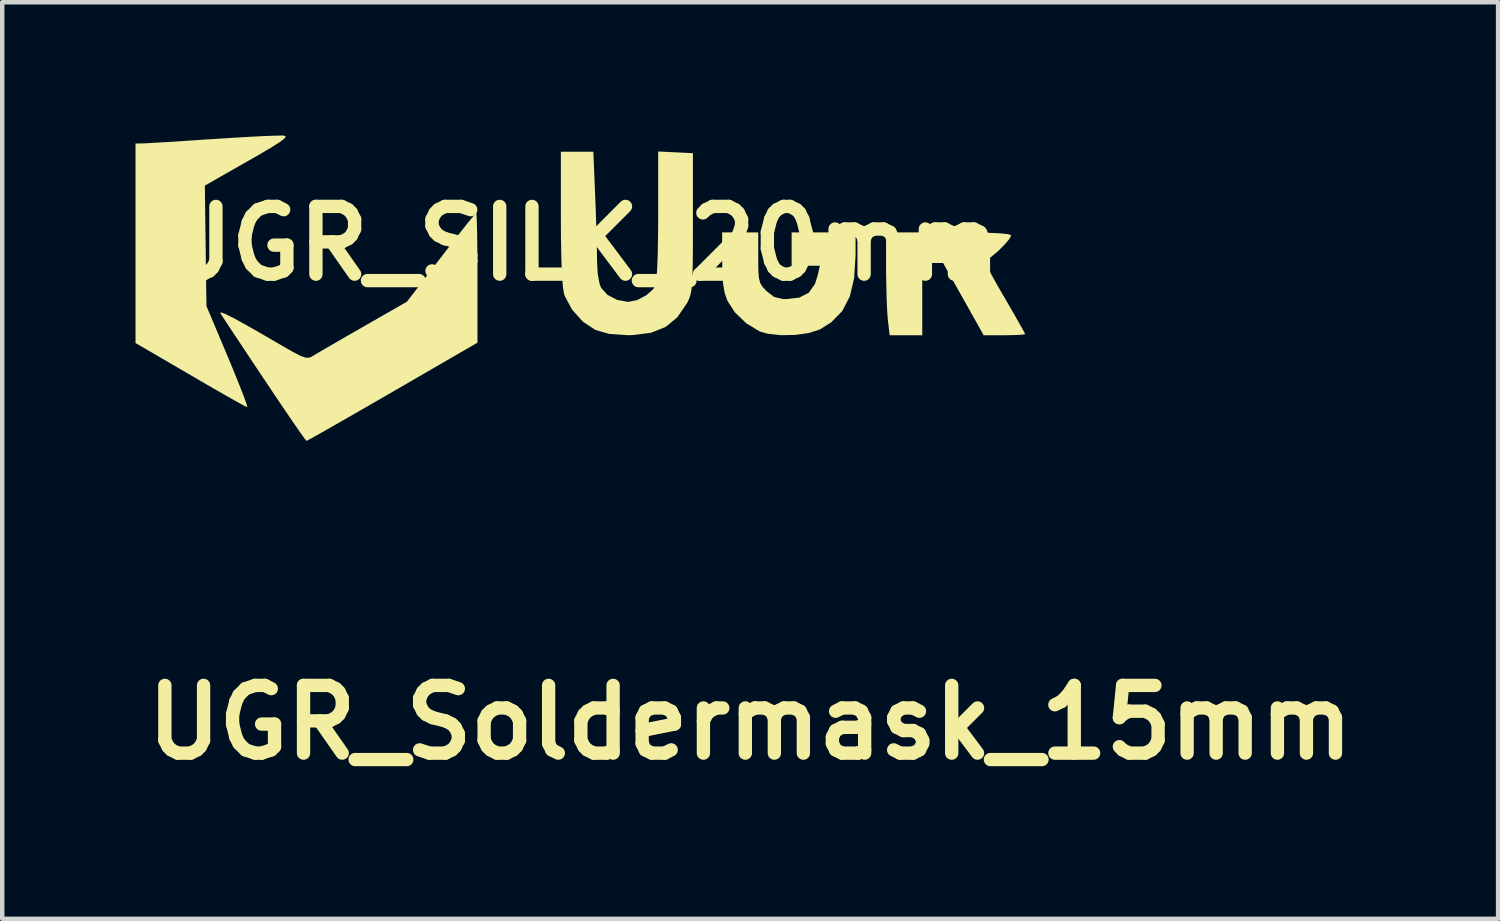
<source format=kicad_pcb>
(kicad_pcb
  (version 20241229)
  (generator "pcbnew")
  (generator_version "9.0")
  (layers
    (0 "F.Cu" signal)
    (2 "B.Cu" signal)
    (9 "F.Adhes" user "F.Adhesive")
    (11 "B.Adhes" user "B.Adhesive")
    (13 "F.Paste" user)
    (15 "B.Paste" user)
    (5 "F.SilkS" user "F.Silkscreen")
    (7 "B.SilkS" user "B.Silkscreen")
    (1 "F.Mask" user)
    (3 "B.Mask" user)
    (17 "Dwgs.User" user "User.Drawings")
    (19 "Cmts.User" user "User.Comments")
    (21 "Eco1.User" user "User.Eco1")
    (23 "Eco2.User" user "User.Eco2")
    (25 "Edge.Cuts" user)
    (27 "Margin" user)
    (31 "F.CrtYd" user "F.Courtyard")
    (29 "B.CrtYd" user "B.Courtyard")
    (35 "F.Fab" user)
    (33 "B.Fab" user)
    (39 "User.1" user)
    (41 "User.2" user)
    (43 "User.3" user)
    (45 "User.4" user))
  (footprint "UGR_SILK_20mm"
    (layer "F.Cu")
    (at 10.01 2.43)
    (property "Reference" "UGR_SILK_20mm" (at 0 0 0) (layer "F.SilkS") (effects (font (size 1.524 1.524) (thickness 0.3))))
    (attr board_only exclude_from_pos_files exclude_from_bom)
    (fp_poly (pts (xy -6.665 -2.428) (xy -6.629 -2.409) (xy -6.659 -2.362) (xy -6.765 -2.282) (xy -6.956 -2.161) (xy -7.241 -1.992) (xy -7.48 -1.856) (xy -8.45 -1.303) (xy -8.432 0.053) (xy -8.414 1.408) (xy -7.933 2.549) (xy -7.789 2.897) (xy -7.666 3.202) (xy -7.571 3.446) (xy -7.512 3.612) (xy -7.494 3.684) (xy -7.495 3.686) (xy -7.56 3.654) (xy -7.716 3.568) (xy -7.949 3.437) (xy -8.242 3.269) (xy -8.58 3.074) (xy -8.774 2.96) (xy -10.01 2.24) (xy -10.01 -2.252) (xy -9.87 -2.252) (xy -9.769 -2.256) (xy -9.563 -2.268) (xy -9.271 -2.285) (xy -8.914 -2.308) (xy -8.51 -2.335) (xy -8.275 -2.35) (xy -7.853 -2.377) (xy -7.465 -2.4) (xy -7.132 -2.417) (xy -6.873 -2.427) (xy -6.708 -2.43)) (stroke (width 0) (type solid)) (fill yes) (layer "F.SilkS"))
    (fp_poly (pts (xy 4.004 0.318) (xy 4.006 0.59) (xy 4.018 0.769) (xy 4.048 0.888) (xy 4.103 0.978) (xy 4.187 1.068) (xy 4.359 1.201) (xy 4.552 1.249) (xy 4.622 1.251) (xy 4.927 1.218) (xy 5.141 1.108) (xy 5.281 0.909) (xy 5.346 0.702) (xy 5.39 0.5) (xy 4.755 0.5) (xy 4.755 -0.25) (xy 6.194 -0.25) (xy 6.194 0.27) (xy 6.162 0.779) (xy 6.065 1.19) (xy 5.895 1.518) (xy 5.646 1.774) (xy 5.392 1.934) (xy 5.15 2.013) (xy 4.838 2.057) (xy 4.508 2.063) (xy 4.208 2.029) (xy 4.035 1.978) (xy 3.734 1.796) (xy 3.475 1.545) (xy 3.308 1.285) (xy 3.249 1.115) (xy 3.212 0.902) (xy 3.195 0.616) (xy 3.192 0.391) (xy 3.191 -0.25) (xy 4.004 -0.25)) (stroke (width 0) (type solid)) (fill yes) (layer "F.SilkS"))
    (fp_poly (pts (xy 8.798 -0.248) (xy 9.187 -0.241) (xy 9.463 -0.228) (xy 9.63 -0.21) (xy 9.696 -0.186) (xy 9.697 -0.181) (xy 9.653 -0.099) (xy 9.544 0.029) (xy 9.4 0.171) (xy 9.255 0.293) (xy 9.18 0.344) (xy 9.144 0.378) (xy 9.138 0.436) (xy 9.17 0.535) (xy 9.246 0.69) (xy 9.373 0.92) (xy 9.541 1.209) (xy 9.705 1.492) (xy 9.844 1.735) (xy 9.947 1.918) (xy 10.003 2.022) (xy 10.01 2.038) (xy 9.952 2.051) (xy 9.801 2.06) (xy 9.585 2.064) (xy 9.543 2.065) (xy 9.077 2.065) (xy 8.621 1.252) (xy 8.164 0.439) (xy 7.93 0.438) (xy 7.695 0.438) (xy 7.695 2.065) (xy 6.962 2.065) (xy 6.922 1.736) (xy 6.907 1.545) (xy 6.894 1.267) (xy 6.886 0.937) (xy 6.882 0.592) (xy 6.882 0.579) (xy 6.882 -0.25) (xy 8.289 -0.25)) (stroke (width 0) (type solid)) (fill yes) (layer "F.SilkS"))
    (fp_poly (pts (xy -2.335 -0.629) (xy -2.328 -0.461) (xy -2.322 -0.203) (xy -2.318 0.128) (xy -2.315 0.515) (xy -2.315 0.772) (xy -2.315 2.232) (xy -4.224 3.337) (xy -4.668 3.593) (xy -5.077 3.829) (xy -5.439 4.036) (xy -5.74 4.208) (xy -5.97 4.338) (xy -6.115 4.418) (xy -6.163 4.442) (xy -6.204 4.392) (xy -6.305 4.251) (xy -6.456 4.033) (xy -6.648 3.751) (xy -6.873 3.419) (xy -7.119 3.05) (xy -7.12 3.05) (xy -7.369 2.676) (xy -7.597 2.333) (xy -7.794 2.036) (xy -7.95 1.8) (xy -8.056 1.639) (xy -8.101 1.568) (xy -8.089 1.549) (xy -7.995 1.582) (xy -7.815 1.672) (xy -7.543 1.821) (xy -7.175 2.031) (xy -6.726 2.292) (xy -6.468 2.44) (xy -6.293 2.53) (xy -6.177 2.57) (xy -6.096 2.569) (xy -6.038 2.542) (xy -5.945 2.485) (xy -5.763 2.379) (xy -5.512 2.233) (xy -5.212 2.06) (xy -4.907 1.885) (xy -3.902 1.309) (xy -3.136 0.311) (xy -2.902 0.007) (xy -2.695 -0.259) (xy -2.525 -0.473) (xy -2.404 -0.62) (xy -2.346 -0.686) (xy -2.342 -0.688)) (stroke (width 0) (type solid)) (fill yes) (layer "F.SilkS"))
    (fp_poly (pts (xy 2.143 -2.052) (xy 2.534 -2.033) (xy 2.534 -0.469) (xy 2.533 0.016) (xy 2.531 0.393) (xy 2.525 0.679) (xy 2.515 0.891) (xy 2.5 1.045) (xy 2.477 1.159) (xy 2.446 1.249) (xy 2.406 1.332) (xy 2.399 1.345) (xy 2.183 1.66) (xy 1.919 1.878) (xy 1.589 2.009) (xy 1.175 2.061) (xy 1.05 2.063) (xy 0.646 2.034) (xy 0.343 1.947) (xy 0.34 1.946) (xy 0.059 1.76) (xy -0.183 1.492) (xy -0.348 1.187) (xy -0.367 1.131) (xy -0.392 0.978) (xy -0.412 0.711) (xy -0.427 0.34) (xy -0.436 -0.124) (xy -0.438 -0.586) (xy -0.438 -2.065) (xy 0.293 -2.065) (xy 0.334 -1.079) (xy 0.349 -0.696) (xy 0.361 -0.316) (xy 0.37 0.025) (xy 0.375 0.291) (xy 0.375 0.363) (xy 0.39 0.666) (xy 0.432 0.903) (xy 0.467 0.997) (xy 0.611 1.156) (xy 0.83 1.27) (xy 1.078 1.314) (xy 1.079 1.314) (xy 1.28 1.272) (xy 1.485 1.165) (xy 1.641 1.026) (xy 1.68 0.964) (xy 1.708 0.836) (xy 1.728 0.586) (xy 1.743 0.217) (xy 1.75 -0.266) (xy 1.752 -0.632) (xy 1.752 -2.071)) (stroke (width 0) (type solid)) (fill yes) (layer "F.SilkS")))
  (footprint "UGR_Soldermask_15mm"
    (layer "F.Cu")
    (at 13.832 13.209)
    (property "Reference" "UGR_Soldermask_15mm" (at 0 0 0) (layer "F.SilkS") (effects (font (size 1.524 1.524) (thickness 0.3))))
    (attr board_only exclude_from_pos_files exclude_from_bom)
    (fp_poly (pts (xy 5.974 -1.541) (xy 6.272 -1.535) (xy 6.492 -1.527) (xy 6.651 -1.516) (xy 6.764 -1.499) (xy 6.848 -1.475) (xy 6.918 -1.442) (xy 6.958 -1.418) (xy 7.164 -1.236) (xy 7.303 -0.996) (xy 7.349 -0.833) (xy 7.382 -0.657) (xy 7.076 -0.657) (xy 6.911 -0.66) (xy 6.816 -0.673) (xy 6.768 -0.706) (xy 6.744 -0.765) (xy 6.741 -0.776) (xy 6.691 -0.872) (xy 6.59 -0.935) (xy 6.425 -0.972) (xy 6.183 -0.986) (xy 6.124 -0.986) (xy 5.775 -0.986) (xy 5.775 -0.657) (xy 5.165 -0.657) (xy 5.165 -1.557)) (stroke (width 0) (type solid)) (fill yes) (layer "F.Mask"))
    (fp_poly (pts (xy -3.595 -2.74) (xy -3.286 -2.561) (xy -2.978 -2.384) (xy -2.69 -2.218) (xy -2.438 -2.073) (xy -2.24 -1.959) (xy -2.153 -1.909) (xy -1.748 -1.677) (xy -2.087 -0.967) (xy -2.224 -0.684) (xy -2.369 -0.385) (xy -2.509 -0.102) (xy -2.629 0.137) (xy -2.666 0.211) (xy -2.906 0.681) (xy -2.909 -0.149) (xy -2.911 -0.978) (xy -4.631 -1.971) (xy -5.52 -2.09) (xy -5.802 -2.127) (xy -6.054 -2.161) (xy -6.261 -2.189) (xy -6.406 -2.209) (xy -6.475 -2.219) (xy -6.476 -2.219) (xy -6.457 -2.245) (xy -6.366 -2.31) (xy -6.214 -2.408) (xy -6.011 -2.533) (xy -5.768 -2.679) (xy -5.588 -2.784) (xy -4.632 -3.337)) (stroke (width 0) (type solid)) (fill yes) (layer "F.Mask"))
    (fp_poly (pts (xy 3.674 -1.537) (xy 3.914 -1.483) (xy 4.122 -1.369) (xy 4.235 -1.277) (xy 4.42 -1.077) (xy 4.54 -0.863) (xy 4.575 -0.763) (xy 4.587 -0.706) (xy 4.567 -0.675) (xy 4.496 -0.661) (xy 4.355 -0.657) (xy 4.303 -0.657) (xy 4.13 -0.662) (xy 4.018 -0.682) (xy 3.934 -0.728) (xy 3.857 -0.798) (xy 3.744 -0.891) (xy 3.624 -0.932) (xy 3.498 -0.939) (xy 3.34 -0.926) (xy 3.226 -0.875) (xy 3.138 -0.798) (xy 3.051 -0.72) (xy 2.965 -0.678) (xy 2.847 -0.66) (xy 2.693 -0.657) (xy 2.53 -0.659) (xy 2.442 -0.669) (xy 2.41 -0.696) (xy 2.415 -0.745) (xy 2.42 -0.763) (xy 2.537 -1.025) (xy 2.711 -1.257) (xy 2.854 -1.382) (xy 2.991 -1.465) (xy 3.127 -1.512) (xy 3.305 -1.536) (xy 3.378 -1.541)) (stroke (width 0) (type solid)) (fill yes) (layer "F.Mask")))
  (gr_rect
    (start -3 -3)
    (end 30.664 17.627)
    (stroke (width 0.1) (type default))
    (fill no)
    (layer "Edge.Cuts")))
</source>
